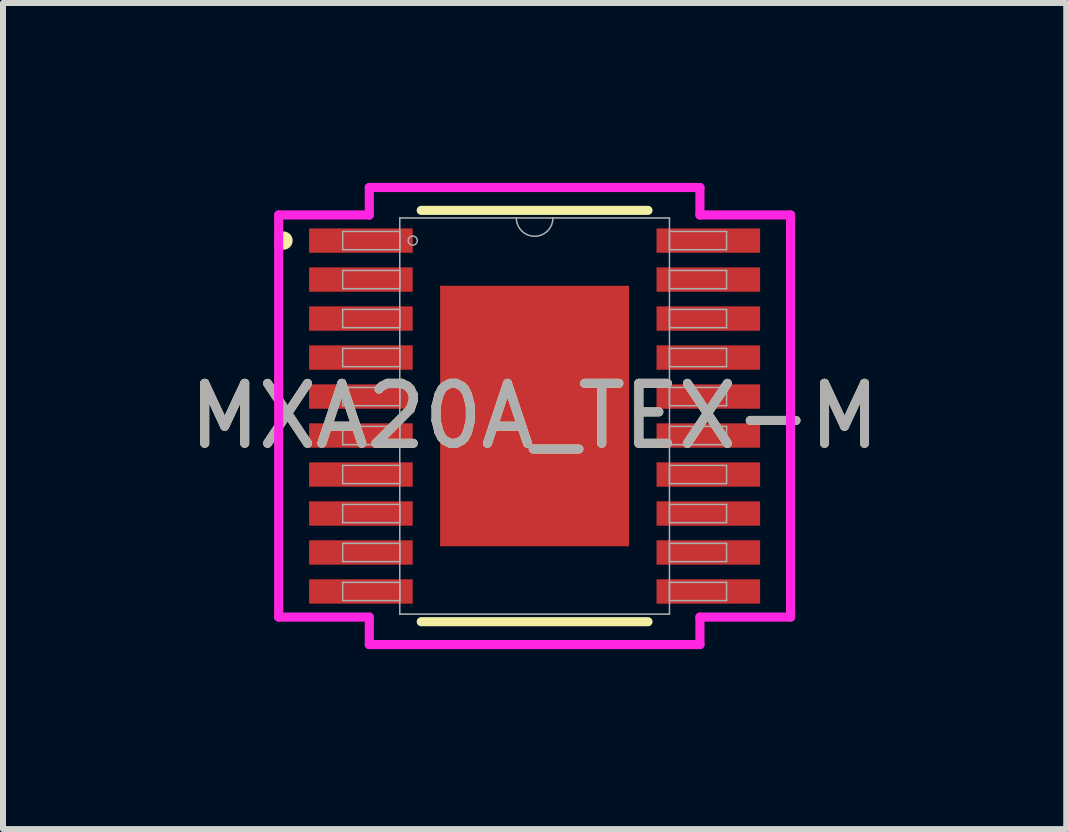
<source format=kicad_pcb>
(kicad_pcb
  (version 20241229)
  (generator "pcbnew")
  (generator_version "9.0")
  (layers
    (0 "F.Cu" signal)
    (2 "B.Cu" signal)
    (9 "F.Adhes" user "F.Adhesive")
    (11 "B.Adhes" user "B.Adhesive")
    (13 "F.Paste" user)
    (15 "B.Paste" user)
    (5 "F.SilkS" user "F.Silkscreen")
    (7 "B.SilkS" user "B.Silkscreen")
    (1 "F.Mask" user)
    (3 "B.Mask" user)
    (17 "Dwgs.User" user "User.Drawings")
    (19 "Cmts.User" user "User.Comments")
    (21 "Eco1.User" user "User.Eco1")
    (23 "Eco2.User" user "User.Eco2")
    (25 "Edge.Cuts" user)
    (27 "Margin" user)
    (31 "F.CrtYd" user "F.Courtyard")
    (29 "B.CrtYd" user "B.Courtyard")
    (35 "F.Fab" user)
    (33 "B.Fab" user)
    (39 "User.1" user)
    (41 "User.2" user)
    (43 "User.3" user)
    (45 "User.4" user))
  (footprint "MXA20A_TEX-M"
    (layer "F.Cu")
    (at 5.863 3.886)
    (property "Reference" "MXA20A_TEX-M" (at 0 0 0) (unlocked yes) (layer "F.SilkS") (effects (font (size 1 1) (thickness 0.15))))
    (attr smd)
    (fp_line (start -1.89 3.429) (end 1.89 3.429) (stroke (width 0.152) (type solid)) (layer "F.SilkS"))
    (fp_line (start 1.89 -3.429) (end -1.89 -3.429) (stroke (width 0.152) (type solid)) (layer "F.SilkS"))
    (fp_circle (center -4.186 -2.925) (end -4.11 -2.925) (stroke (width 0.152) (type solid)) (fill no) (layer "F.SilkS"))
    (fp_line (start -4.267 -3.352) (end -2.756 -3.352) (stroke (width 0.152) (type solid)) (layer "F.CrtYd"))
    (fp_line (start -4.267 3.352) (end -4.267 -3.352) (stroke (width 0.152) (type solid)) (layer "F.CrtYd"))
    (fp_line (start -4.267 3.352) (end -2.756 3.352) (stroke (width 0.152) (type solid)) (layer "F.CrtYd"))
    (fp_line (start -2.756 -3.81) (end 2.756 -3.81) (stroke (width 0.152) (type solid)) (layer "F.CrtYd"))
    (fp_line (start -2.756 -3.352) (end -2.756 -3.81) (stroke (width 0.152) (type solid)) (layer "F.CrtYd"))
    (fp_line (start -2.756 3.81) (end -2.756 3.352) (stroke (width 0.152) (type solid)) (layer "F.CrtYd"))
    (fp_line (start 2.756 -3.81) (end 2.756 -3.352) (stroke (width 0.152) (type solid)) (layer "F.CrtYd"))
    (fp_line (start 2.756 3.352) (end 2.756 3.81) (stroke (width 0.152) (type solid)) (layer "F.CrtYd"))
    (fp_line (start 2.756 3.81) (end -2.756 3.81) (stroke (width 0.152) (type solid)) (layer "F.CrtYd"))
    (fp_line (start 4.267 -3.352) (end 2.756 -3.352) (stroke (width 0.152) (type solid)) (layer "F.CrtYd"))
    (fp_line (start 4.267 -3.352) (end 4.267 3.352) (stroke (width 0.152) (type solid)) (layer "F.CrtYd"))
    (fp_line (start 4.267 3.352) (end 2.756 3.352) (stroke (width 0.152) (type solid)) (layer "F.CrtYd"))
    (fp_line (start -3.2 -3.077) (end -3.2 -2.773) (stroke (width 0.025) (type solid)) (layer "F.Fab"))
    (fp_line (start -3.2 -2.773) (end -2.248 -2.773) (stroke (width 0.025) (type solid)) (layer "F.Fab"))
    (fp_line (start -3.2 -2.427) (end -3.2 -2.123) (stroke (width 0.025) (type solid)) (layer "F.Fab"))
    (fp_line (start -3.2 -2.123) (end -2.248 -2.123) (stroke (width 0.025) (type solid)) (layer "F.Fab"))
    (fp_line (start -3.2 -1.777) (end -3.2 -1.473) (stroke (width 0.025) (type solid)) (layer "F.Fab"))
    (fp_line (start -3.2 -1.473) (end -2.248 -1.473) (stroke (width 0.025) (type solid)) (layer "F.Fab"))
    (fp_line (start -3.2 -1.127) (end -3.2 -0.823) (stroke (width 0.025) (type solid)) (layer "F.Fab"))
    (fp_line (start -3.2 -0.823) (end -2.248 -0.823) (stroke (width 0.025) (type solid)) (layer "F.Fab"))
    (fp_line (start -3.2 -0.477) (end -3.2 -0.173) (stroke (width 0.025) (type solid)) (layer "F.Fab"))
    (fp_line (start -3.2 -0.173) (end -2.248 -0.173) (stroke (width 0.025) (type solid)) (layer "F.Fab"))
    (fp_line (start -3.2 0.173) (end -3.2 0.477) (stroke (width 0.025) (type solid)) (layer "F.Fab"))
    (fp_line (start -3.2 0.477) (end -2.248 0.477) (stroke (width 0.025) (type solid)) (layer "F.Fab"))
    (fp_line (start -3.2 0.823) (end -3.2 1.127) (stroke (width 0.025) (type solid)) (layer "F.Fab"))
    (fp_line (start -3.2 1.127) (end -2.248 1.127) (stroke (width 0.025) (type solid)) (layer "F.Fab"))
    (fp_line (start -3.2 1.473) (end -3.2 1.777) (stroke (width 0.025) (type solid)) (layer "F.Fab"))
    (fp_line (start -3.2 1.777) (end -2.248 1.777) (stroke (width 0.025) (type solid)) (layer "F.Fab"))
    (fp_line (start -3.2 2.123) (end -3.2 2.427) (stroke (width 0.025) (type solid)) (layer "F.Fab"))
    (fp_line (start -3.2 2.427) (end -2.248 2.427) (stroke (width 0.025) (type solid)) (layer "F.Fab"))
    (fp_line (start -3.2 2.773) (end -3.2 3.077) (stroke (width 0.025) (type solid)) (layer "F.Fab"))
    (fp_line (start -3.2 3.077) (end -2.248 3.077) (stroke (width 0.025) (type solid)) (layer "F.Fab"))
    (fp_line (start -2.248 -3.302) (end -2.248 3.302) (stroke (width 0.025) (type solid)) (layer "F.Fab"))
    (fp_line (start -2.248 -3.077) (end -3.2 -3.077) (stroke (width 0.025) (type solid)) (layer "F.Fab"))
    (fp_line (start -2.248 -2.773) (end -2.248 -3.077) (stroke (width 0.025) (type solid)) (layer "F.Fab"))
    (fp_line (start -2.248 -2.427) (end -3.2 -2.427) (stroke (width 0.025) (type solid)) (layer "F.Fab"))
    (fp_line (start -2.248 -2.123) (end -2.248 -2.427) (stroke (width 0.025) (type solid)) (layer "F.Fab"))
    (fp_line (start -2.248 -1.777) (end -3.2 -1.777) (stroke (width 0.025) (type solid)) (layer "F.Fab"))
    (fp_line (start -2.248 -1.473) (end -2.248 -1.777) (stroke (width 0.025) (type solid)) (layer "F.Fab"))
    (fp_line (start -2.248 -1.127) (end -3.2 -1.127) (stroke (width 0.025) (type solid)) (layer "F.Fab"))
    (fp_line (start -2.248 -0.823) (end -2.248 -1.127) (stroke (width 0.025) (type solid)) (layer "F.Fab"))
    (fp_line (start -2.248 -0.477) (end -3.2 -0.477) (stroke (width 0.025) (type solid)) (layer "F.Fab"))
    (fp_line (start -2.248 -0.173) (end -2.248 -0.477) (stroke (width 0.025) (type solid)) (layer "F.Fab"))
    (fp_line (start -2.248 0.173) (end -3.2 0.173) (stroke (width 0.025) (type solid)) (layer "F.Fab"))
    (fp_line (start -2.248 0.477) (end -2.248 0.173) (stroke (width 0.025) (type solid)) (layer "F.Fab"))
    (fp_line (start -2.248 0.823) (end -3.2 0.823) (stroke (width 0.025) (type solid)) (layer "F.Fab"))
    (fp_line (start -2.248 1.127) (end -2.248 0.823) (stroke (width 0.025) (type solid)) (layer "F.Fab"))
    (fp_line (start -2.248 1.473) (end -3.2 1.473) (stroke (width 0.025) (type solid)) (layer "F.Fab"))
    (fp_line (start -2.248 1.777) (end -2.248 1.473) (stroke (width 0.025) (type solid)) (layer "F.Fab"))
    (fp_line (start -2.248 2.123) (end -3.2 2.123) (stroke (width 0.025) (type solid)) (layer "F.Fab"))
    (fp_line (start -2.248 2.427) (end -2.248 2.123) (stroke (width 0.025) (type solid)) (layer "F.Fab"))
    (fp_line (start -2.248 2.773) (end -3.2 2.773) (stroke (width 0.025) (type solid)) (layer "F.Fab"))
    (fp_line (start -2.248 3.077) (end -2.248 2.773) (stroke (width 0.025) (type solid)) (layer "F.Fab"))
    (fp_line (start -2.248 3.302) (end 2.248 3.302) (stroke (width 0.025) (type solid)) (layer "F.Fab"))
    (fp_line (start 2.248 -3.302) (end -2.248 -3.302) (stroke (width 0.025) (type solid)) (layer "F.Fab"))
    (fp_line (start 2.248 -3.077) (end 2.248 -2.773) (stroke (width 0.025) (type solid)) (layer "F.Fab"))
    (fp_line (start 2.248 -2.773) (end 3.2 -2.773) (stroke (width 0.025) (type solid)) (layer "F.Fab"))
    (fp_line (start 2.248 -2.427) (end 2.248 -2.123) (stroke (width 0.025) (type solid)) (layer "F.Fab"))
    (fp_line (start 2.248 -2.123) (end 3.2 -2.123) (stroke (width 0.025) (type solid)) (layer "F.Fab"))
    (fp_line (start 2.248 -1.777) (end 2.248 -1.473) (stroke (width 0.025) (type solid)) (layer "F.Fab"))
    (fp_line (start 2.248 -1.473) (end 3.2 -1.473) (stroke (width 0.025) (type solid)) (layer "F.Fab"))
    (fp_line (start 2.248 -1.127) (end 2.248 -0.823) (stroke (width 0.025) (type solid)) (layer "F.Fab"))
    (fp_line (start 2.248 -0.823) (end 3.2 -0.823) (stroke (width 0.025) (type solid)) (layer "F.Fab"))
    (fp_line (start 2.248 -0.477) (end 2.248 -0.173) (stroke (width 0.025) (type solid)) (layer "F.Fab"))
    (fp_line (start 2.248 -0.173) (end 3.2 -0.173) (stroke (width 0.025) (type solid)) (layer "F.Fab"))
    (fp_line (start 2.248 0.173) (end 2.248 0.477) (stroke (width 0.025) (type solid)) (layer "F.Fab"))
    (fp_line (start 2.248 0.477) (end 3.2 0.477) (stroke (width 0.025) (type solid)) (layer "F.Fab"))
    (fp_line (start 2.248 0.823) (end 2.248 1.127) (stroke (width 0.025) (type solid)) (layer "F.Fab"))
    (fp_line (start 2.248 1.127) (end 3.2 1.127) (stroke (width 0.025) (type solid)) (layer "F.Fab"))
    (fp_line (start 2.248 1.473) (end 2.248 1.777) (stroke (width 0.025) (type solid)) (layer "F.Fab"))
    (fp_line (start 2.248 1.777) (end 3.2 1.777) (stroke (width 0.025) (type solid)) (layer "F.Fab"))
    (fp_line (start 2.248 2.123) (end 2.248 2.427) (stroke (width 0.025) (type solid)) (layer "F.Fab"))
    (fp_line (start 2.248 2.427) (end 3.2 2.427) (stroke (width 0.025) (type solid)) (layer "F.Fab"))
    (fp_line (start 2.248 2.773) (end 2.248 3.077) (stroke (width 0.025) (type solid)) (layer "F.Fab"))
    (fp_line (start 2.248 3.077) (end 3.2 3.077) (stroke (width 0.025) (type solid)) (layer "F.Fab"))
    (fp_line (start 2.248 3.302) (end 2.248 -3.302) (stroke (width 0.025) (type solid)) (layer "F.Fab"))
    (fp_line (start 3.2 -3.077) (end 2.248 -3.077) (stroke (width 0.025) (type solid)) (layer "F.Fab"))
    (fp_line (start 3.2 -2.773) (end 3.2 -3.077) (stroke (width 0.025) (type solid)) (layer "F.Fab"))
    (fp_line (start 3.2 -2.427) (end 2.248 -2.427) (stroke (width 0.025) (type solid)) (layer "F.Fab"))
    (fp_line (start 3.2 -2.123) (end 3.2 -2.427) (stroke (width 0.025) (type solid)) (layer "F.Fab"))
    (fp_line (start 3.2 -1.777) (end 2.248 -1.777) (stroke (width 0.025) (type solid)) (layer "F.Fab"))
    (fp_line (start 3.2 -1.473) (end 3.2 -1.777) (stroke (width 0.025) (type solid)) (layer "F.Fab"))
    (fp_line (start 3.2 -1.127) (end 2.248 -1.127) (stroke (width 0.025) (type solid)) (layer "F.Fab"))
    (fp_line (start 3.2 -0.823) (end 3.2 -1.127) (stroke (width 0.025) (type solid)) (layer "F.Fab"))
    (fp_line (start 3.2 -0.477) (end 2.248 -0.477) (stroke (width 0.025) (type solid)) (layer "F.Fab"))
    (fp_line (start 3.2 -0.173) (end 3.2 -0.477) (stroke (width 0.025) (type solid)) (layer "F.Fab"))
    (fp_line (start 3.2 0.173) (end 2.248 0.173) (stroke (width 0.025) (type solid)) (layer "F.Fab"))
    (fp_line (start 3.2 0.477) (end 3.2 0.173) (stroke (width 0.025) (type solid)) (layer "F.Fab"))
    (fp_line (start 3.2 0.823) (end 2.248 0.823) (stroke (width 0.025) (type solid)) (layer "F.Fab"))
    (fp_line (start 3.2 1.127) (end 3.2 0.823) (stroke (width 0.025) (type solid)) (layer "F.Fab"))
    (fp_line (start 3.2 1.473) (end 2.248 1.473) (stroke (width 0.025) (type solid)) (layer "F.Fab"))
    (fp_line (start 3.2 1.777) (end 3.2 1.473) (stroke (width 0.025) (type solid)) (layer "F.Fab"))
    (fp_line (start 3.2 2.123) (end 2.248 2.123) (stroke (width 0.025) (type solid)) (layer "F.Fab"))
    (fp_line (start 3.2 2.427) (end 3.2 2.123) (stroke (width 0.025) (type solid)) (layer "F.Fab"))
    (fp_line (start 3.2 2.773) (end 2.248 2.773) (stroke (width 0.025) (type solid)) (layer "F.Fab"))
    (fp_line (start 3.2 3.077) (end 3.2 2.773) (stroke (width 0.025) (type solid)) (layer "F.Fab"))
    (fp_arc (start 0.3048 -3.302) (mid 0 -2.9972) (end -0.3048 -3.302) (stroke (width 0.0254) (type solid)) (layer "F.Fab"))
    (fp_circle (center -2.032 -2.925) (end -1.956 -2.925) (stroke (width 0.025) (type solid)) (fill no) (layer "F.Fab"))
    (fp_text user "${REFERENCE}" (at 0 0 0) (unlocked yes) (layer "F.Fab") (effects (font (size 1 1) (thickness 0.15))))
    (pad "1" smd rect (at -2.896 -2.925) (size 1.727 0.406) (layers "F.Cu" "F.Mask" "F.Paste"))
    (pad "2" smd rect (at -2.896 -2.275) (size 1.727 0.406) (layers "F.Cu" "F.Mask" "F.Paste"))
    (pad "3" smd rect (at -2.896 -1.625) (size 1.727 0.406) (layers "F.Cu" "F.Mask" "F.Paste"))
    (pad "4" smd rect (at -2.896 -0.975) (size 1.727 0.406) (layers "F.Cu" "F.Mask" "F.Paste"))
    (pad "5" smd rect (at -2.896 -0.325) (size 1.727 0.406) (layers "F.Cu" "F.Mask" "F.Paste"))
    (pad "6" smd rect (at -2.896 0.325) (size 1.727 0.406) (layers "F.Cu" "F.Mask" "F.Paste"))
    (pad "7" smd rect (at -2.896 0.975) (size 1.727 0.406) (layers "F.Cu" "F.Mask" "F.Paste"))
    (pad "8" smd rect (at -2.896 1.625) (size 1.727 0.406) (layers "F.Cu" "F.Mask" "F.Paste"))
    (pad "9" smd rect (at -2.896 2.275) (size 1.727 0.406) (layers "F.Cu" "F.Mask" "F.Paste"))
    (pad "10" smd rect (at -2.896 2.925) (size 1.727 0.406) (layers "F.Cu" "F.Mask" "F.Paste"))
    (pad "11" smd rect (at 2.896 2.925) (size 1.727 0.406) (layers "F.Cu" "F.Mask" "F.Paste"))
    (pad "12" smd rect (at 2.896 2.275) (size 1.727 0.406) (layers "F.Cu" "F.Mask" "F.Paste"))
    (pad "13" smd rect (at 2.896 1.625) (size 1.727 0.406) (layers "F.Cu" "F.Mask" "F.Paste"))
    (pad "14" smd rect (at 2.896 0.975) (size 1.727 0.406) (layers "F.Cu" "F.Mask" "F.Paste"))
    (pad "15" smd rect (at 2.896 0.325) (size 1.727 0.406) (layers "F.Cu" "F.Mask" "F.Paste"))
    (pad "16" smd rect (at 2.896 -0.325) (size 1.727 0.406) (layers "F.Cu" "F.Mask" "F.Paste"))
    (pad "17" smd rect (at 2.896 -0.975) (size 1.727 0.406) (layers "F.Cu" "F.Mask" "F.Paste"))
    (pad "18" smd rect (at 2.896 -1.625) (size 1.727 0.406) (layers "F.Cu" "F.Mask" "F.Paste"))
    (pad "19" smd rect (at 2.896 -2.275) (size 1.727 0.406) (layers "F.Cu" "F.Mask" "F.Paste"))
    (pad "20" smd rect (at 2.896 -2.925) (size 1.727 0.406) (layers "F.Cu" "F.Mask" "F.Paste"))
    (pad "21" smd rect (at 0 0) (size 3.15 4.343) (layers "F.Cu" "F.Mask" "F.Paste")))
  (gr_rect
    (start -3 -3)
    (end 14.726 10.772)
    (stroke (width 0.1) (type default))
    (fill no)
    (layer "Edge.Cuts")))
</source>
